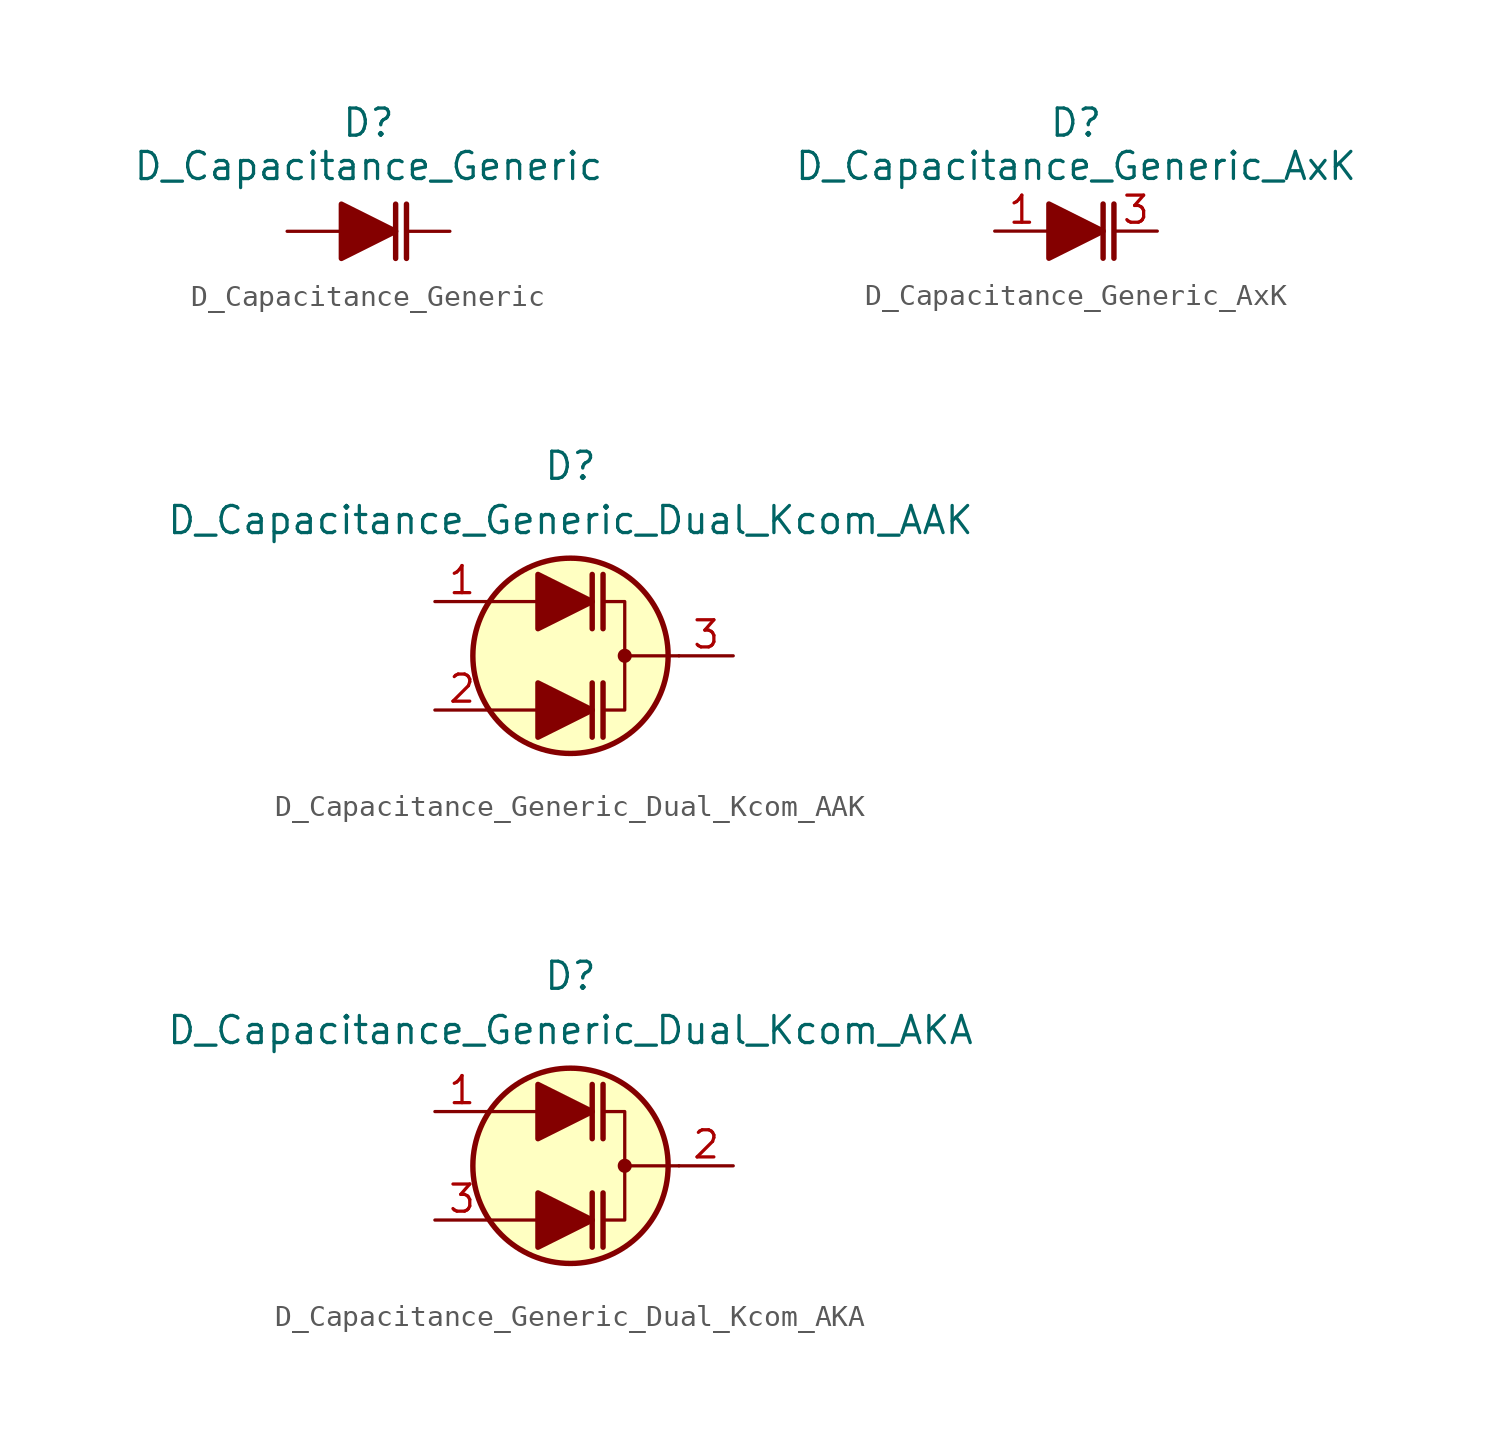
<source format=kicad_sym>
(kicad_symbol_lib
  (version 20211014)
  (generator kicad_symbol_editor)
  (symbol "D_Capacitance_Generic"
    (pin_numbers hide)
    (pin_names
      (offset 1.016) hide)
    (property "Reference" "D"
      (at 0 5.08 0)
      (effects (font (size 1.27 1.27))))
    (property "Value" "D_Capacitance_Generic"
      (at 0 3.048 0)
      (effects (font (size 1.27 1.27))))
    (symbol "D_Capacitance_Generic_0_1"
      (polyline (pts (xy 1.27 -1.27) (xy 1.27 1.27)) (stroke (width 0.254) (type default) (color 0 0 0 0)) (fill (type none)))
      (polyline (pts (xy 1.27 0) (xy -1.27 0)) (stroke (width 0) (type default) (color 0 0 0 0)) (fill (type none)))
      (polyline (pts (xy -1.27 -1.27) (xy -1.27 1.27) (xy 1.27 0) (xy -1.27 -1.27)) (stroke (width 0.254) (type default) (color 0 0 0 0)) (fill (type outline))))
    (symbol "D_Capacitance_Generic_1_1"
      (polyline (pts (xy 1.778 -1.27) (xy 1.778 1.27)) (stroke (width 0.254) (type default) (color 0 0 0 0)) (fill (type none)))
      (pin passive line (at 3.81 0 180) (length 2.007) (name "K" (effects (font (size 1.27 1.27)))) (number "1" (effects (font (size 1.27 1.27)))))
      (pin passive line (at -3.81 0 0) (length 2.54) (name "A" (effects (font (size 1.27 1.27)))) (number "2" (effects (font (size 1.27 1.27)))))))
  (symbol "D_Capacitance_Generic_AxK"
    (pin_names
      (offset 1.016) hide)
    (property "Reference" "D"
      (at 0 5.08 0)
      (effects (font (size 1.27 1.27))))
    (property "Value" "D_Capacitance_Generic_AxK"
      (at 0 3.048 0)
      (effects (font (size 1.27 1.27))))
    (symbol "D_Capacitance_Generic_AxK_0_1"
      (polyline (pts (xy 1.27 -1.27) (xy 1.27 1.27)) (stroke (width 0.254) (type default) (color 0 0 0 0)) (fill (type none)))
      (polyline (pts (xy 1.27 0) (xy -1.27 0)) (stroke (width 0) (type default) (color 0 0 0 0)) (fill (type none)))
      (polyline (pts (xy -1.27 -1.27) (xy -1.27 1.27) (xy 1.27 0) (xy -1.27 -1.27)) (stroke (width 0.254) (type default) (color 0 0 0 0)) (fill (type outline))))
    (symbol "D_Capacitance_Generic_AxK_1_1"
      (polyline (pts (xy 1.778 -1.27) (xy 1.778 1.27)) (stroke (width 0.254) (type default) (color 0 0 0 0)) (fill (type none)))
      (pin passive line (at -3.81 0 0) (length 2.54) (name "A" (effects (font (size 1.27 1.27)))) (number "1" (effects (font (size 1.27 1.27)))))
      (pin no_connect line (at 0 0 0) (length 2.54) hide (name "NC" (effects (font (size 1.27 1.27)))) (number "2" (effects (font (size 1.27 1.27)))))
      (pin passive line (at 3.81 0 180) (length 2.007) (name "K" (effects (font (size 1.27 1.27)))) (number "3" (effects (font (size 1.27 1.27)))))))
  (symbol "D_Capacitance_Generic_Dual_Kcom_AAK"
    (pin_names
      (offset 1.016) hide)
    (property "Reference" "D"
      (at 0 8.89 0)
      (effects (font (size 1.27 1.27))))
    (property "Value" "D_Capacitance_Generic_Dual_Kcom_AAK"
      (at 0 6.35 0)
      (effects (font (size 1.27 1.27))))
    (symbol "D_Capacitance_Generic_Dual_Kcom_AAK_0_1"
      (polyline (pts (xy -1.27 -2.54) (xy -3.81 -2.54)) (stroke (width 0) (type default) (color 0 0 0 0)) (fill (type none)))
      (polyline (pts (xy -1.27 2.54) (xy -3.81 2.54)) (stroke (width 0) (type default) (color 0 0 0 0)) (fill (type none)))
      (polyline (pts (xy 1.524 1.27) (xy 1.524 3.81)) (stroke (width 0.254) (type default) (color 0 0 0 0)) (fill (type none)))
      (polyline (pts (xy 5.08 0) (xy 2.54 0)) (stroke (width 0) (type default) (color 0 0 0 0)) (fill (type none)))
      (polyline (pts (xy 1.524 2.54) (xy 2.54 2.54) (xy 2.54 -2.54) (xy 1.524 -2.54)) (stroke (width 0) (type default) (color 0 0 0 0)) (fill (type none)))
      (circle (center 0 0) (radius 4.572) (stroke (width 0.254) (type default) (color 0 0 0 0)) (fill (type background)))
      (circle (center 2.54 0) (radius 0.254) (stroke (width 0) (type default) (color 0 0 0 0)) (fill (type outline))))
    (symbol "D_Capacitance_Generic_Dual_Kcom_AAK_1_1"
      (polyline (pts (xy 1.016 -3.81) (xy 1.016 -1.27)) (stroke (width 0.254) (type default) (color 0 0 0 0)) (fill (type none)))
      (polyline (pts (xy 1.016 1.27) (xy 1.016 3.81)) (stroke (width 0.254) (type default) (color 0 0 0 0)) (fill (type none)))
      (polyline (pts (xy 1.524 -3.81) (xy 1.524 -1.27)) (stroke (width 0.254) (type default) (color 0 0 0 0)) (fill (type none)))
      (polyline (pts (xy -1.524 -3.81) (xy -1.524 -1.27) (xy 1.016 -2.54) (xy -1.524 -3.81)) (stroke (width 0.254) (type default) (color 0 0 0 0)) (fill (type outline)))
      (polyline (pts (xy -1.524 1.27) (xy -1.524 3.81) (xy 1.016 2.54) (xy -1.524 1.27)) (stroke (width 0.254) (type default) (color 0 0 0 0)) (fill (type outline)))
      (pin passive line (at -6.35 2.54 0) (length 2.54) (name "A2" (effects (font (size 1.27 1.27)))) (number "1" (effects (font (size 1.27 1.27)))))
      (pin passive line (at -6.35 -2.54 0) (length 2.54) (name "A1" (effects (font (size 1.27 1.27)))) (number "2" (effects (font (size 1.27 1.27)))))
      (pin passive line (at 7.62 0 180) (length 2.54) (name "K" (effects (font (size 1.27 1.27)))) (number "3" (effects (font (size 1.27 1.27)))))))
  (symbol "D_Capacitance_Generic_Dual_Kcom_AKA"
    (pin_names
      (offset 1.016) hide)
    (property "Reference" "D"
      (at 0 8.89 0)
      (effects (font (size 1.27 1.27))))
    (property "Value" "D_Capacitance_Generic_Dual_Kcom_AKA"
      (at 0 6.35 0)
      (effects (font (size 1.27 1.27))))
    (symbol "D_Capacitance_Generic_Dual_Kcom_AKA_0_1"
      (polyline (pts (xy -1.27 -2.54) (xy -3.81 -2.54)) (stroke (width 0) (type default) (color 0 0 0 0)) (fill (type none)))
      (polyline (pts (xy -1.27 2.54) (xy -3.81 2.54)) (stroke (width 0) (type default) (color 0 0 0 0)) (fill (type none)))
      (polyline (pts (xy 1.524 1.27) (xy 1.524 3.81)) (stroke (width 0.254) (type default) (color 0 0 0 0)) (fill (type none)))
      (polyline (pts (xy 5.08 0) (xy 2.54 0)) (stroke (width 0) (type default) (color 0 0 0 0)) (fill (type none)))
      (polyline (pts (xy 1.524 2.54) (xy 2.54 2.54) (xy 2.54 -2.54) (xy 1.524 -2.54)) (stroke (width 0) (type default) (color 0 0 0 0)) (fill (type none)))
      (circle (center 0 0) (radius 4.572) (stroke (width 0.254) (type default) (color 0 0 0 0)) (fill (type background)))
      (circle (center 2.54 0) (radius 0.254) (stroke (width 0) (type default) (color 0 0 0 0)) (fill (type outline))))
    (symbol "D_Capacitance_Generic_Dual_Kcom_AKA_1_1"
      (polyline (pts (xy 1.016 -3.81) (xy 1.016 -1.27)) (stroke (width 0.254) (type default) (color 0 0 0 0)) (fill (type none)))
      (polyline (pts (xy 1.016 1.27) (xy 1.016 3.81)) (stroke (width 0.254) (type default) (color 0 0 0 0)) (fill (type none)))
      (polyline (pts (xy 1.524 -3.81) (xy 1.524 -1.27)) (stroke (width 0.254) (type default) (color 0 0 0 0)) (fill (type none)))
      (polyline (pts (xy -1.524 -3.81) (xy -1.524 -1.27) (xy 1.016 -2.54) (xy -1.524 -3.81)) (stroke (width 0.254) (type default) (color 0 0 0 0)) (fill (type outline)))
      (polyline (pts (xy -1.524 1.27) (xy -1.524 3.81) (xy 1.016 2.54) (xy -1.524 1.27)) (stroke (width 0.254) (type default) (color 0 0 0 0)) (fill (type outline)))
      (pin passive line (at -6.35 2.54 0) (length 2.54) (name "A2" (effects (font (size 1.27 1.27)))) (number "1" (effects (font (size 1.27 1.27)))))
      (pin passive line (at 7.62 0 180) (length 2.54) (name "K" (effects (font (size 1.27 1.27)))) (number "2" (effects (font (size 1.27 1.27)))))
      (pin passive line (at -6.35 -2.54 0) (length 2.54) (name "A1" (effects (font (size 1.27 1.27)))) (number "3" (effects (font (size 1.27 1.27))))))))
</source>
